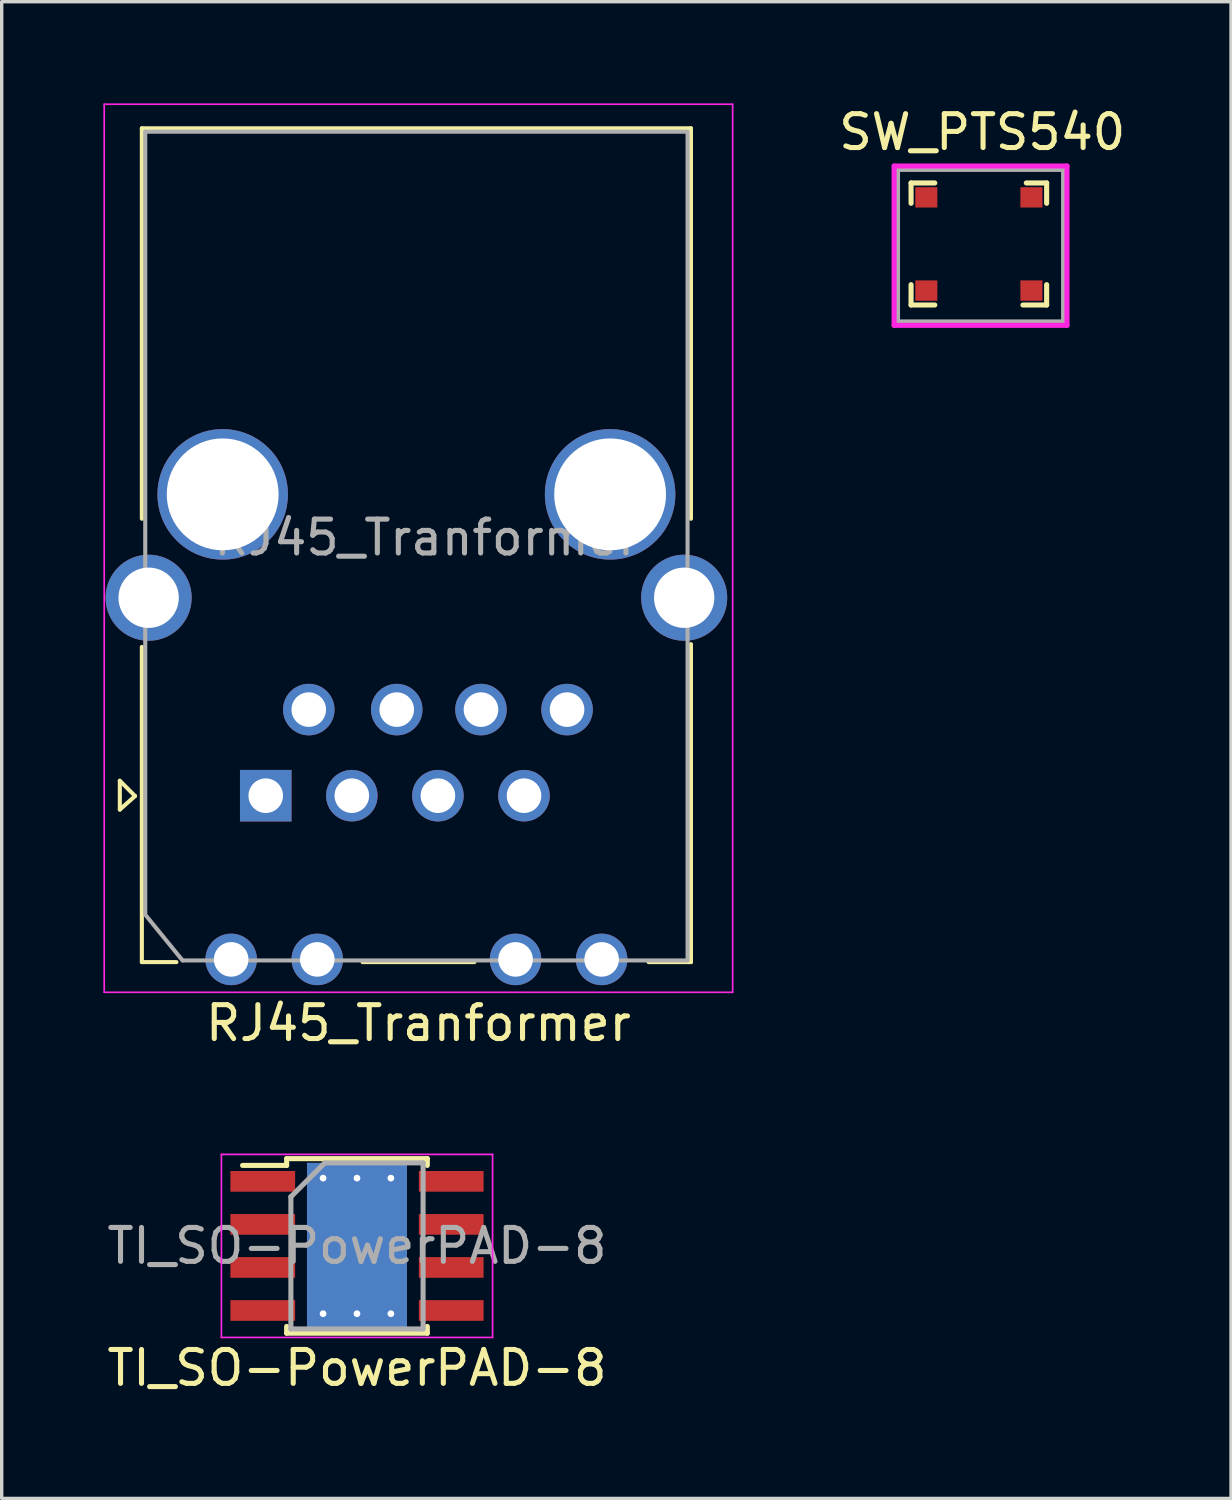
<source format=kicad_pcb>
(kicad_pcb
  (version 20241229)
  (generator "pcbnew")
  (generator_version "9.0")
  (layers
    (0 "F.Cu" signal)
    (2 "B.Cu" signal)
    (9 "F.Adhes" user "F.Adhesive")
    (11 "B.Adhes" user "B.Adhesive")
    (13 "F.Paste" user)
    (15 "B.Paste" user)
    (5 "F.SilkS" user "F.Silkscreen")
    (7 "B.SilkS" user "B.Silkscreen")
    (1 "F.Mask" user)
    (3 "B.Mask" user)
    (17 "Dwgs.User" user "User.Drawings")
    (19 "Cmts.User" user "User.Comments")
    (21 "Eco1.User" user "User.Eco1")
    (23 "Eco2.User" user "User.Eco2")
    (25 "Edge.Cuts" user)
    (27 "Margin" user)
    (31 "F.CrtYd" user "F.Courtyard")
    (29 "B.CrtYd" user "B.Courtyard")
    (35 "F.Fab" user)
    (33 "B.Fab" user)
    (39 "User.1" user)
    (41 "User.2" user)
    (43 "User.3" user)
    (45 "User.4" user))
  (footprint "TI_SO-PowerPAD-8"
    (layer "F.Cu")
    (at 7.482 33.708)
    (property "Reference" "TI_SO-PowerPAD-8" (at 0 3.6 0) (layer "F.SilkS") (effects (font (size 1 1) (thickness 0.15))))
    (attr smd)
    (fp_line (start -2.075 -2.575) (end -2.075 -2.375) (stroke (width 0.15) (type solid)) (layer "F.SilkS"))
    (fp_line (start -2.075 -2.575) (end 2.075 -2.575) (stroke (width 0.15) (type solid)) (layer "F.SilkS"))
    (fp_line (start -2.075 -2.375) (end -3.375 -2.375) (stroke (width 0.15) (type solid)) (layer "F.SilkS"))
    (fp_line (start -2.075 2.575) (end -2.075 2.375) (stroke (width 0.15) (type solid)) (layer "F.SilkS"))
    (fp_line (start -2.075 2.575) (end 2.075 2.575) (stroke (width 0.15) (type solid)) (layer "F.SilkS"))
    (fp_line (start 2.075 -2.575) (end 2.075 -2.375) (stroke (width 0.15) (type solid)) (layer "F.SilkS"))
    (fp_line (start 2.075 2.575) (end 2.075 2.375) (stroke (width 0.15) (type solid)) (layer "F.SilkS"))
    (fp_line (start -4 -2.7) (end -4 2.7) (stroke (width 0.05) (type solid)) (layer "F.CrtYd"))
    (fp_line (start -4 -2.7) (end 4 -2.7) (stroke (width 0.05) (type solid)) (layer "F.CrtYd"))
    (fp_line (start -4 2.7) (end 4 2.7) (stroke (width 0.05) (type solid)) (layer "F.CrtYd"))
    (fp_line (start 4 -2.7) (end 4 2.7) (stroke (width 0.05) (type solid)) (layer "F.CrtYd"))
    (fp_line (start -1.95 -1.45) (end -0.95 -2.45) (stroke (width 0.15) (type solid)) (layer "F.Fab"))
    (fp_line (start -1.95 2.45) (end -1.95 -1.45) (stroke (width 0.15) (type solid)) (layer "F.Fab"))
    (fp_line (start -0.95 -2.45) (end 1.95 -2.45) (stroke (width 0.15) (type solid)) (layer "F.Fab"))
    (fp_line (start 1.95 -2.45) (end 1.95 2.45) (stroke (width 0.15) (type solid)) (layer "F.Fab"))
    (fp_line (start 1.95 2.45) (end -1.95 2.45) (stroke (width 0.15) (type solid)) (layer "F.Fab"))
    (fp_text user "${REFERENCE}" (at 0 0 0) (layer "F.Fab") (effects (font (size 1 1) (thickness 0.15))))
    (pad "1" smd rect (at -2.78 -1.905) (size 1.91 0.61) (layers "F.Cu" "F.Mask" "F.Paste"))
    (pad "2" smd rect (at -2.78 -0.635) (size 1.91 0.61) (layers "F.Cu" "F.Mask" "F.Paste"))
    (pad "3" smd rect (at -2.78 0.635) (size 1.91 0.61) (layers "F.Cu" "F.Mask" "F.Paste"))
    (pad "4" smd rect (at -2.78 1.905) (size 1.91 0.61) (layers "F.Cu" "F.Mask" "F.Paste"))
    (pad "5" smd rect (at 2.78 1.905) (size 1.91 0.61) (layers "F.Cu" "F.Mask" "F.Paste"))
    (pad "6" smd rect (at 2.78 0.635) (size 1.91 0.61) (layers "F.Cu" "F.Mask" "F.Paste"))
    (pad "7" smd rect (at 2.78 -0.635) (size 1.91 0.61) (layers "F.Cu" "F.Mask" "F.Paste"))
    (pad "8" smd rect (at 2.78 -1.905) (size 1.91 0.61) (layers "F.Cu" "F.Mask" "F.Paste"))
    (pad "9" thru_hole circle (at -1 -2) (size 0.5 0.5) (drill 0.2) (layers "*.Cu" "*.Mask"))
    (pad "9" thru_hole circle (at -1 2) (size 0.5 0.5) (drill 0.2) (layers "*.Cu" "*.Mask"))
    (pad "9" smd rect (at -0.603 -0.775) (size 1.1 1.4) (layers "F.Cu" "F.Mask" "F.Paste"))
    (pad "9" smd rect (at -0.603 0.775) (size 1.1 1.4) (layers "F.Cu" "F.Mask" "F.Paste"))
    (pad "9" thru_hole circle (at 0 -2) (size 0.5 0.5) (drill 0.2) (layers "*.Cu" "*.Mask"))
    (pad "9" smd rect (at 0 0) (size 2.4 3.1) (layers "F.Cu" "F.Mask"))
    (pad "9" smd rect (at 0 0) (size 2.95 4.9) (layers "F.Cu"))
    (pad "9" smd rect (at 0 0 180) (size 2.95 4.9) (layers "B.Cu"))
    (pad "9" thru_hole circle (at 0 2) (size 0.5 0.5) (drill 0.2) (layers "*.Cu" "*.Mask"))
    (pad "9" smd rect (at 0.603 -0.775 180) (size 1.1 1.4) (layers "F.Cu" "F.Mask" "F.Paste"))
    (pad "9" smd rect (at 0.603 0.775) (size 1.1 1.4) (layers "F.Cu" "F.Mask" "F.Paste"))
    (pad "9" thru_hole circle (at 1 -2) (size 0.5 0.5) (drill 0.2) (layers "*.Cu" "*.Mask"))
    (pad "9" thru_hole circle (at 1 2) (size 0.5 0.5) (drill 0.2) (layers "*.Cu" "*.Mask")))
  (footprint "RJ45_Tranformer"
    (layer "F.Cu")
    (at 9.235 11.535)
    (property "Reference" "RJ45_Tranformer" (at 0.06 15.6 180) (layer "F.SilkS") (effects (font (size 1 1) (thickness 0.15))))
    (attr through_hole)
    (fp_line (start -8.75 8.45) (end -8.3 8.9) (stroke (width 0.12) (type solid)) (layer "F.SilkS"))
    (fp_line (start -8.75 9.3) (end -8.75 8.45) (stroke (width 0.12) (type solid)) (layer "F.SilkS"))
    (fp_line (start -8.3 8.9) (end -8.75 9.3) (stroke (width 0.12) (type solid)) (layer "F.SilkS"))
    (fp_line (start -8.1 -10.8) (end -8.1 0.72) (stroke (width 0.12) (type solid)) (layer "F.SilkS"))
    (fp_line (start -8.1 13.8) (end -8.1 4.5) (stroke (width 0.12) (type solid)) (layer "F.SilkS"))
    (fp_line (start -8.1 13.8) (end -7.08 13.8) (stroke (width 0.12) (type solid)) (layer "F.SilkS"))
    (fp_line (start 1.71 13.8) (end -1.59 13.8) (stroke (width 0.12) (type solid)) (layer "F.SilkS"))
    (fp_line (start 8.1 -10.8) (end -8.1 -10.8) (stroke (width 0.12) (type solid)) (layer "F.SilkS"))
    (fp_line (start 8.1 -10.8) (end 8.1 0.72) (stroke (width 0.12) (type solid)) (layer "F.SilkS"))
    (fp_line (start 8.1 13.8) (end 6.85 13.8) (stroke (width 0.12) (type solid)) (layer "F.SilkS"))
    (fp_line (start 8.1 13.8) (end 8.1 4.42) (stroke (width 0.12) (type solid)) (layer "F.SilkS"))
    (fp_line (start -9.21 -11.51) (end -9.21 14.69) (stroke (width 0.05) (type solid)) (layer "F.CrtYd"))
    (fp_line (start -9.21 -11.51) (end 9.33 -11.51) (stroke (width 0.05) (type solid)) (layer "F.CrtYd"))
    (fp_line (start 9.33 14.69) (end -9.21 14.69) (stroke (width 0.05) (type solid)) (layer "F.CrtYd"))
    (fp_line (start 9.33 14.69) (end 9.33 -11.51) (stroke (width 0.05) (type solid)) (layer "F.CrtYd"))
    (fp_line (start -8 -10.7) (end 8 -10.7) (stroke (width 0.12) (type solid)) (layer "F.Fab"))
    (fp_line (start -8 12.35) (end -8 -10.7) (stroke (width 0.12) (type solid)) (layer "F.Fab"))
    (fp_line (start -6.9 13.75) (end -8 12.4) (stroke (width 0.12) (type solid)) (layer "F.Fab"))
    (fp_line (start 8 -10.65) (end 8 13.7) (stroke (width 0.12) (type solid)) (layer "F.Fab"))
    (fp_line (start 8 13.75) (end -6.9 13.75) (stroke (width 0.12) (type solid)) (layer "F.Fab"))
    (fp_text user "${REFERENCE}" (at 0.3 1.275 180) (layer "F.Fab") (effects (font (size 1 1) (thickness 0.15))))
    (pad "" np_thru_hole circle (at -5.715 0 180) (size 3.85 3.85) (drill 3.3) (layers "*.Cu" "*.Mask"))
    (pad "" np_thru_hole circle (at 5.715 0 180) (size 3.85 3.85) (drill 3.3) (layers "*.Cu" "*.Mask"))
    (pad "1" thru_hole rect (at -4.445 8.89 180) (size 1.52 1.52) (drill 1.02) (layers "*.Cu" "*.Mask"))
    (pad "2" thru_hole circle (at -3.175 6.35 180) (size 1.52 1.52) (drill 1.02) (layers "*.Cu" "*.Mask"))
    (pad "3" thru_hole circle (at -1.905 8.89 180) (size 1.52 1.52) (drill 1.02) (layers "*.Cu" "*.Mask"))
    (pad "4" thru_hole circle (at -0.58 6.35 180) (size 1.52 1.52) (drill 1.02) (layers "*.Cu" "*.Mask"))
    (pad "5" thru_hole circle (at 0.635 8.89 180) (size 1.52 1.52) (drill 1.02) (layers "*.Cu" "*.Mask"))
    (pad "6" thru_hole circle (at 1.905 6.35 180) (size 1.52 1.52) (drill 1.02) (layers "*.Cu" "*.Mask"))
    (pad "7" thru_hole circle (at 3.175 8.89 180) (size 1.52 1.52) (drill 1.02) (layers "*.Cu" "*.Mask"))
    (pad "8" thru_hole circle (at 4.445 6.35 180) (size 1.52 1.52) (drill 1.02) (layers "*.Cu" "*.Mask"))
    (pad "9" thru_hole circle (at -5.465 13.72 180) (size 1.52 1.52) (drill 1.02) (layers "*.Cu" "*.Mask"))
    (pad "10" thru_hole circle (at -2.925 13.72 180) (size 1.52 1.52) (drill 1.02) (layers "*.Cu" "*.Mask"))
    (pad "11" thru_hole circle (at 2.925 13.72 180) (size 1.52 1.52) (drill 1.02) (layers "*.Cu" "*.Mask"))
    (pad "12" thru_hole circle (at 5.465 13.72 180) (size 1.52 1.52) (drill 1.02) (layers "*.Cu" "*.Mask"))
    (pad "13" thru_hole circle (at -7.9 3.05 180) (size 2.54 2.54) (drill 1.78) (layers "*.Cu" "*.Mask"))
    (pad "13" thru_hole circle (at 7.9 3.05 180) (size 2.54 2.54) (drill 1.78) (layers "*.Cu" "*.Mask")))
  (footprint "SW_PTS540"
    (layer "F.Cu")
    (at 25.829 4.148)
    (property "Reference" "SW_PTS540" (at 0.1 -3.3 0) (layer "F.SilkS") (effects (font (size 1 1) (thickness 0.15))))
    (attr through_hole)
    (fp_line (start -2 -1.8) (end -2 -1.2) (stroke (width 0.15) (type solid)) (layer "F.SilkS"))
    (fp_line (start -2 -1.8) (end -1.3 -1.8) (stroke (width 0.15) (type solid)) (layer "F.SilkS"))
    (fp_line (start -2 1.8) (end -2 1.2) (stroke (width 0.15) (type solid)) (layer "F.SilkS"))
    (fp_line (start -1.3 1.8) (end -2 1.8) (stroke (width 0.15) (type solid)) (layer "F.SilkS"))
    (fp_line (start 2 -1.8) (end 1.4 -1.8) (stroke (width 0.15) (type solid)) (layer "F.SilkS"))
    (fp_line (start 2 -1.8) (end 2 -1.2) (stroke (width 0.15) (type solid)) (layer "F.SilkS"))
    (fp_line (start 2 1.2) (end 2 1.8) (stroke (width 0.15) (type solid)) (layer "F.SilkS"))
    (fp_line (start 2 1.8) (end 1.3 1.8) (stroke (width 0.15) (type solid)) (layer "F.SilkS"))
    (fp_line (start -2.5 -2.3) (end 2.6 -2.3) (stroke (width 0.15) (type solid)) (layer "F.CrtYd"))
    (fp_line (start -2.5 2.4) (end -2.5 -2.3) (stroke (width 0.15) (type solid)) (layer "F.CrtYd"))
    (fp_line (start 2.6 -2.3) (end 2.6 2.4) (stroke (width 0.15) (type solid)) (layer "F.CrtYd"))
    (fp_line (start 2.6 2.4) (end -2.5 2.4) (stroke (width 0.15) (type solid)) (layer "F.CrtYd"))
    (fp_line (start -2.4 -2.2) (end 2.5 -2.2) (stroke (width 0.15) (type solid)) (layer "F.Fab"))
    (fp_line (start -2.4 2.3) (end -2.4 -2.1) (stroke (width 0.15) (type solid)) (layer "F.Fab"))
    (fp_line (start 2.5 -2.2) (end 2.5 2.3) (stroke (width 0.15) (type solid)) (layer "F.Fab"))
    (fp_line (start 2.5 2.3) (end -2.4 2.3) (stroke (width 0.15) (type solid)) (layer "F.Fab"))
    (pad "1" smd rect (at -1.55 -1.375 90) (size 0.6 0.65) (layers "F.Cu" "F.Mask" "F.Paste"))
    (pad "2" smd rect (at 1.55 -1.375 90) (size 0.6 0.65) (layers "F.Cu" "F.Mask" "F.Paste"))
    (pad "3" smd rect (at -1.55 1.375 90) (size 0.6 0.65) (layers "F.Cu" "F.Mask" "F.Paste"))
    (pad "4" smd rect (at 1.55 1.375 90) (size 0.6 0.65) (layers "F.Cu" "F.Mask" "F.Paste")))
  (gr_rect
    (start -3 -3)
    (end 33.269 41.157)
    (stroke (width 0.1) (type default))
    (fill no)
    (layer "Edge.Cuts")))
</source>
